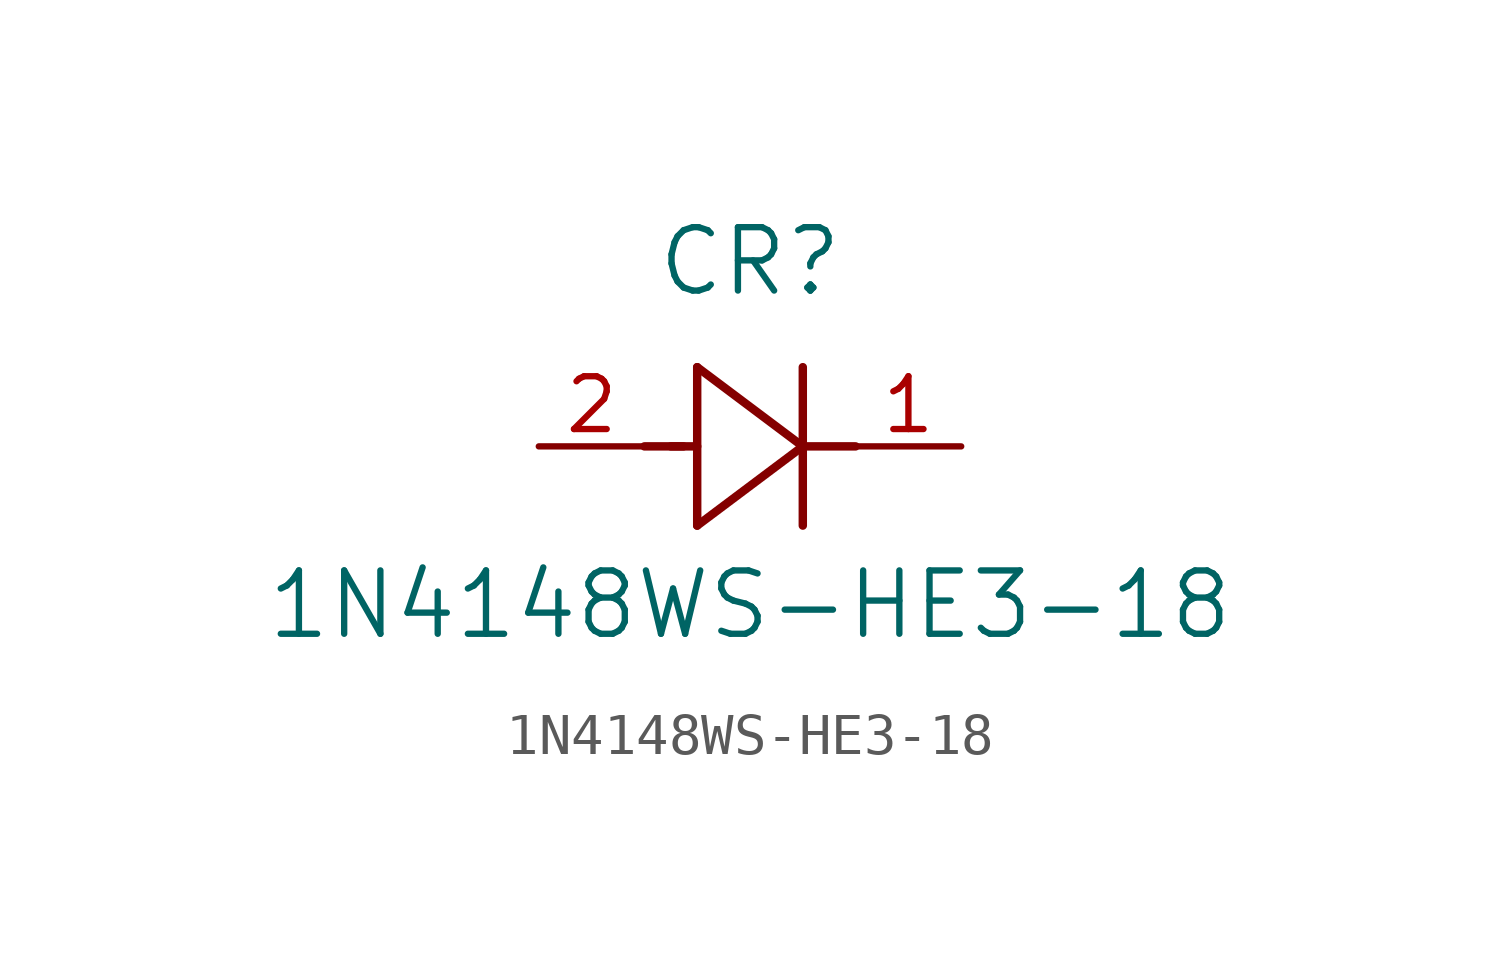
<source format=kicad_sym>
(kicad_symbol_lib
  (version 20211014)
  (generator kicad_symbol_editor)
  (symbol "1N4148WS-HE3-18"
    (pin_names
      (offset 0.254))
    (property "Reference" "CR"
      (at 5.08 4.445 0)
      (effects (font (size 1.524 1.524))))
    (property "Value" "1N4148WS-HE3-18"
      (at 5.08 -3.81 0)
      (effects (font (size 1.524 1.524))))
    (symbol "1N4148WS-HE3-18_0_1"
      (polyline (pts (xy 2.54 0) (xy 3.48 0)) (stroke (width 0.203) (type default) (color 0 0 0 0)) (fill (type none)))
      (polyline (pts (xy 3.81 1.905) (xy 3.81 -1.905)) (stroke (width 0.203) (type default) (color 0 0 0 0)) (fill (type none)))
      (polyline (pts (xy 3.175 0) (xy 3.81 0)) (stroke (width 0.203) (type default) (color 0 0 0 0)) (fill (type none)))
      (polyline (pts (xy 6.35 -1.905) (xy 6.35 1.905)) (stroke (width 0.203) (type default) (color 0 0 0 0)) (fill (type none)))
      (polyline (pts (xy 6.35 0) (xy 7.62 0)) (stroke (width 0.203) (type default) (color 0 0 0 0)) (fill (type none)))
      (polyline (pts (xy 6.35 0) (xy 3.81 1.905)) (stroke (width 0.203) (type default) (color 0 0 0 0)) (fill (type none)))
      (polyline (pts (xy 3.81 -1.905) (xy 6.35 0)) (stroke (width 0.203) (type default) (color 0 0 0 0)) (fill (type none)))
      (pin unspecified line (at 0 0 0) (length 2.54) (name "" (effects (font (size 1.27 1.27)))) (number "2" (effects (font (size 1.27 1.27)))))
      (pin unspecified line (at 10.16 0 180) (length 2.54) (name "" (effects (font (size 1.27 1.27)))) (number "1" (effects (font (size 1.27 1.27))))))))
</source>
